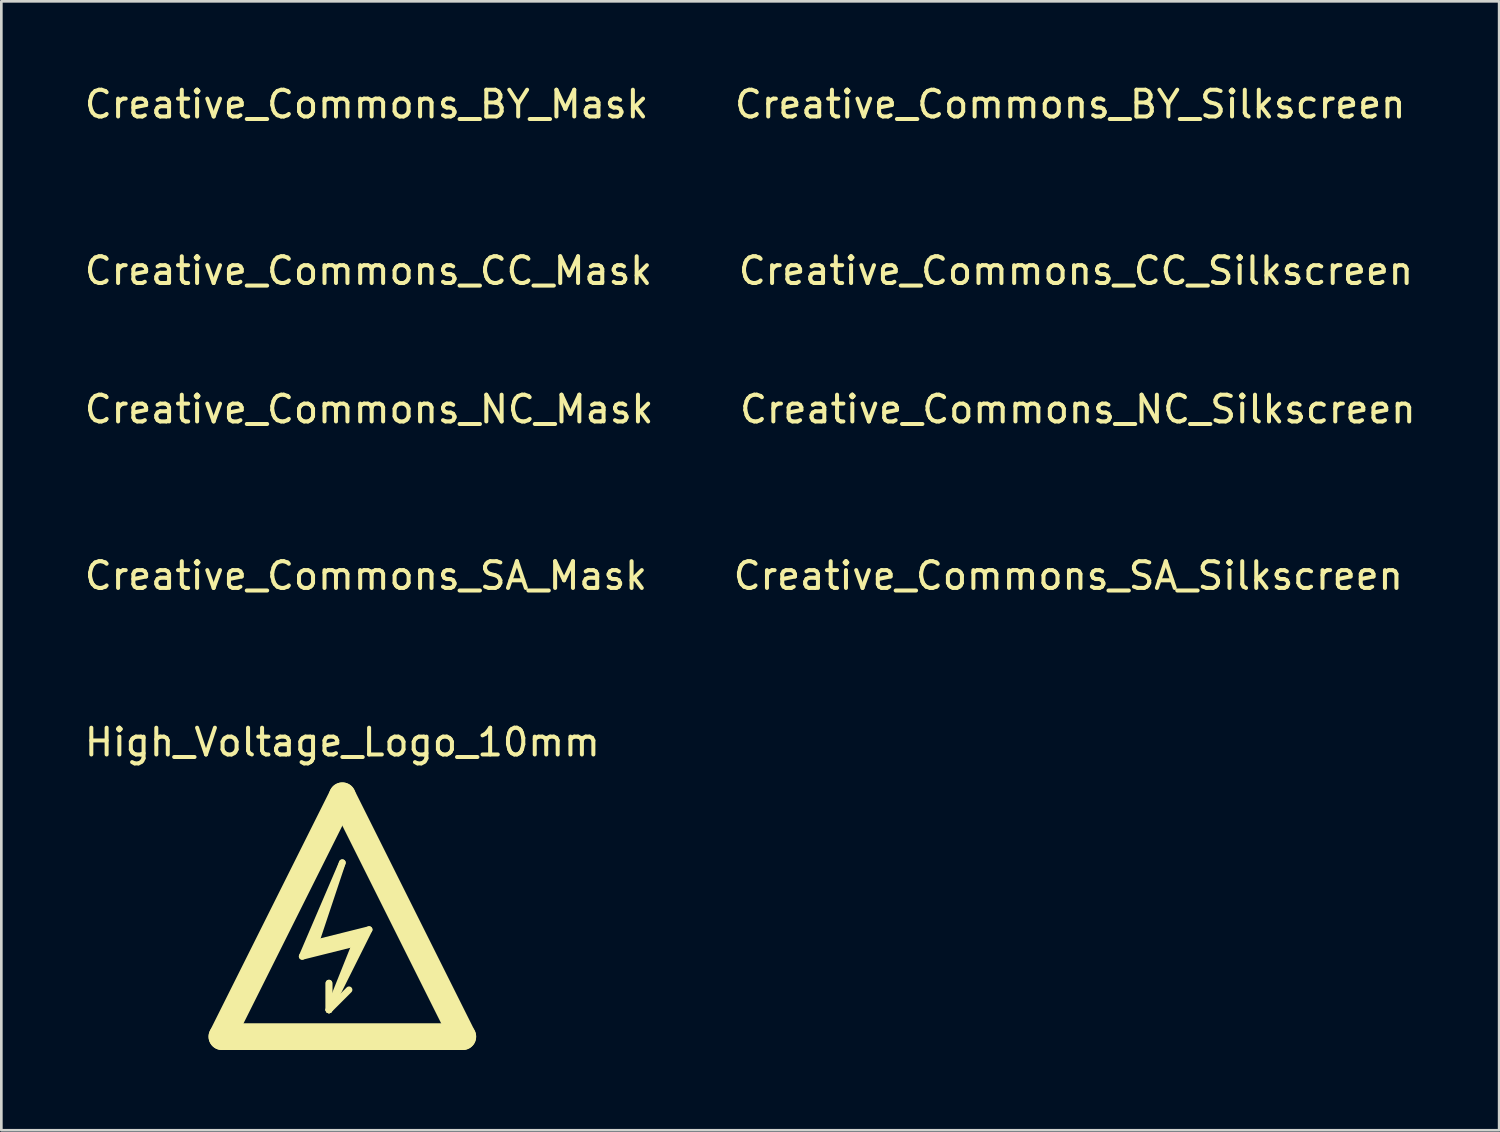
<source format=kicad_pcb>
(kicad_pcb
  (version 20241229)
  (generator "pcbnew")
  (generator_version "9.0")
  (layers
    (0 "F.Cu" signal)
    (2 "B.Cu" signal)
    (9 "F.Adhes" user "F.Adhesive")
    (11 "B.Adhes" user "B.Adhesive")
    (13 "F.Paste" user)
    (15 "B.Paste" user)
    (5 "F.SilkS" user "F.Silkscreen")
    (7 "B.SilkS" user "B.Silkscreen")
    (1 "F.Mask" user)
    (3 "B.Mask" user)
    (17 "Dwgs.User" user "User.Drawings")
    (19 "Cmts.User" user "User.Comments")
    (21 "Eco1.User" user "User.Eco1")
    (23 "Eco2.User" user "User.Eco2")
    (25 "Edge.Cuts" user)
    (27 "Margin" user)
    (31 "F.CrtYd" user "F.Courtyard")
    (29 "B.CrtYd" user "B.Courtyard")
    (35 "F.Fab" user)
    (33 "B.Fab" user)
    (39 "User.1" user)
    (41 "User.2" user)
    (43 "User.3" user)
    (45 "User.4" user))
  (footprint "Creative_Commons_BY_Silkscreen"
    (layer "F.Cu")
    (at 36.946 2.398)
    (property "Reference" "Creative_Commons_BY_Silkscreen" (at 0 -1.55 0) (unlocked yes) (layer "F.SilkS") (effects (font (size 1 1) (thickness 0.15))))
    (attr exclude_from_pos_files exclude_from_bom)
    (fp_circle (center 0 -0.425) (end 0.025 -0.425) (stroke (width 0.15) (type solid)) (fill no) (layer "F.Mask"))
    (fp_circle (center 0 0) (end 0.75 0) (stroke (width 0.15) (type solid)) (fill no) (layer "F.Mask"))
    (fp_poly (pts (xy 0.2 -0.225) (xy 0.2 0.175) (xy 0.1 0.175) (xy 0.1 0.525) (xy -0.1 0.525) (xy -0.1 0.175) (xy -0.2 0.175) (xy -0.2 -0.225) (xy -0.15 -0.275) (xy 0.15 -0.275)) (stroke (width 0) (type solid)) (fill yes) (layer "F.Mask")))
  (footprint "High_Voltage_Logo_10mm"
    (layer "F.Cu")
    (at 9.744 31.191)
    (property "Reference" "High_Voltage_Logo_10mm" (at 0 -6.5 0) (layer "F.SilkS") (effects (font (size 1 1) (thickness 0.15))))
    (attr through_hole)
    (fp_line (start -4.5 4.5) (end 0 -4.5) (stroke (width 1) (type solid)) (layer "F.SilkS"))
    (fp_line (start -4.5 4.5) (end 4.5 4.5) (stroke (width 1) (type solid)) (layer "F.SilkS"))
    (fp_line (start -1.5 1.5) (end 0.5 1) (stroke (width 0.25) (type solid)) (layer "F.SilkS"))
    (fp_line (start -1.25 1.25) (end 0.75 0.75) (stroke (width 0.25) (type solid)) (layer "F.SilkS"))
    (fp_line (start -1 1) (end 0 -2) (stroke (width 0.25) (type solid)) (layer "F.SilkS"))
    (fp_line (start -0.75 0) (end -1.25 1.25) (stroke (width 0.25) (type solid)) (layer "F.SilkS"))
    (fp_line (start -0.5 2.5) (end -0.5 3.5) (stroke (width 0.25) (type solid)) (layer "F.SilkS"))
    (fp_line (start -0.5 3.5) (end -0.5 2.5) (stroke (width 0.25) (type solid)) (layer "F.SilkS"))
    (fp_line (start -0.5 3.5) (end 0.25 2.75) (stroke (width 0.25) (type solid)) (layer "F.SilkS"))
    (fp_line (start -0.5 3.5) (end 1 0.5) (stroke (width 0.25) (type solid)) (layer "F.SilkS"))
    (fp_line (start 0 -4.5) (end 4.5 4.5) (stroke (width 1) (type solid)) (layer "F.SilkS"))
    (fp_line (start 0 -2) (end -1.5 1.5) (stroke (width 0.25) (type solid)) (layer "F.SilkS"))
    (fp_line (start 0.5 1) (end -0.5 3.5) (stroke (width 0.25) (type solid)) (layer "F.SilkS"))
    (fp_line (start 0.75 0.75) (end 0.5 1.25) (stroke (width 0.25) (type solid)) (layer "F.SilkS"))
    (fp_line (start 1 0.5) (end -1 1) (stroke (width 0.25) (type solid)) (layer "F.SilkS")))
  (footprint "Creative_Commons_NC_Silkscreen"
    (layer "F.Cu")
    (at 37.232 13.795)
    (property "Reference" "Creative_Commons_NC_Silkscreen" (at 0 -1.55 0) (unlocked yes) (layer "F.SilkS") (effects (font (size 1 1) (thickness 0.15))))
    (attr exclude_from_pos_files exclude_from_bom)
    (fp_line (start -0.675 -0.3) (end 0 0) (stroke (width 0.15) (type solid)) (layer "F.Mask"))
    (fp_line (start -0.075 0.425) (end -0.225 0.375) (stroke (width 0.15) (type solid)) (layer "F.Mask"))
    (fp_line (start 0 -0.5) (end 0 0.5) (stroke (width 0.15) (type solid)) (layer "F.Mask"))
    (fp_line (start 0 0) (end 0.675 0.3) (stroke (width 0.15) (type solid)) (layer "F.Mask"))
    (fp_line (start 0.075 -0.425) (end 0.225 -0.375) (stroke (width 0.15) (type solid)) (layer "F.Mask"))
    (fp_arc (start -0.1 -0.05) (mid -0.195516 -0.323006) (end 0.075164 -0.424928) (stroke (width 0.15) (type solid)) (layer "F.Mask"))
    (fp_arc (start 0.1 0.05) (mid 0.195516 0.323006) (end -0.075164 0.424928) (stroke (width 0.15) (type solid)) (layer "F.Mask"))
    (fp_circle (center 0 0) (end 0.75 0) (stroke (width 0.15) (type solid)) (fill no) (layer "F.Mask")))
  (footprint "Creative_Commons_CC_Silkscreen"
    (layer "F.Cu")
    (at 37.161 7.572)
    (property "Reference" "Creative_Commons_CC_Silkscreen" (at 0 -0.5 0) (unlocked yes) (layer "F.SilkS") (effects (font (size 1 1) (thickness 0.15))))
    (attr exclude_from_pos_files exclude_from_bom)
    (fp_circle (center 0 0) (end 0.75 0) (stroke (width 0.15) (type solid)) (fill no) (layer "F.Mask"))
    (fp_text user "C" (at 0.25 0 0) (unlocked yes) (layer "F.Mask") (effects (font (size 0.6 0.6) (thickness 0.15))))
    (fp_text user "C" (at -0.3 0 0) (unlocked yes) (layer "F.Mask") (effects (font (size 0.6 0.6) (thickness 0.15)))))
  (footprint "Creative_Commons_SA_Mask"
    (layer "F.Cu")
    (at 10.625 20.018)
    (property "Reference" "Creative_Commons_SA_Mask" (at 0 -1.55 0) (unlocked yes) (layer "F.SilkS") (effects (font (size 1 1) (thickness 0.15))))
    (attr exclude_from_pos_files exclude_from_bom)
    (fp_line (start 0.35 0.15) (end 0.35 -0.15) (stroke (width 0.15) (type solid)) (layer "F.Mask"))
    (fp_arc (start -0.35 -0.15) (mid 0 -0.5) (end 0.35 -0.15) (stroke (width 0.15) (type solid)) (layer "F.Mask"))
    (fp_arc (start 0.35 0.15) (mid 0 0.5) (end -0.35 0.15) (stroke (width 0.15) (type solid)) (layer "F.Mask"))
    (fp_circle (center 0 0) (end 0.75 0) (stroke (width 0.15) (type solid)) (fill no) (layer "F.Mask"))
    (fp_poly (pts (xy -0.35 0.025) (xy -0.5 -0.2) (xy -0.2 -0.2)) (stroke (width 0) (type solid)) (fill yes) (layer "F.Mask"))
    (fp_poly (pts (xy -0.275 0.15) (xy -0.425 0.15) (xy -0.425 0.075) (xy -0.275 0.075)) (stroke (width 0) (type solid)) (fill yes) (layer "F.Mask")))
  (footprint "Creative_Commons_CC_Mask"
    (layer "F.Cu")
    (at 10.72 7.572)
    (property "Reference" "Creative_Commons_CC_Mask" (at 0 -0.5 0) (unlocked yes) (layer "F.SilkS") (effects (font (size 1 1) (thickness 0.15))))
    (attr exclude_from_pos_files exclude_from_bom)
    (fp_circle (center 0 0) (end 0.75 0) (stroke (width 0.15) (type solid)) (fill no) (layer "F.Mask"))
    (fp_text user "C" (at 0.25 0 0) (unlocked yes) (layer "F.Mask") (effects (font (size 0.6 0.6) (thickness 0.15))))
    (fp_text user "C" (at -0.3 0 0) (unlocked yes) (layer "F.Mask") (effects (font (size 0.6 0.6) (thickness 0.15)))))
  (footprint "Creative_Commons_SA_Silkscreen"
    (layer "F.Cu")
    (at 36.875 20.018)
    (property "Reference" "Creative_Commons_SA_Silkscreen" (at 0 -1.55 0) (unlocked yes) (layer "F.SilkS") (effects (font (size 1 1) (thickness 0.15))))
    (attr exclude_from_pos_files exclude_from_bom)
    (fp_line (start 0.35 0.15) (end 0.35 -0.15) (stroke (width 0.15) (type solid)) (layer "F.Mask"))
    (fp_arc (start -0.35 -0.15) (mid 0 -0.5) (end 0.35 -0.15) (stroke (width 0.15) (type solid)) (layer "F.Mask"))
    (fp_arc (start 0.35 0.15) (mid 0 0.5) (end -0.35 0.15) (stroke (width 0.15) (type solid)) (layer "F.Mask"))
    (fp_circle (center 0 0) (end 0.75 0) (stroke (width 0.15) (type solid)) (fill no) (layer "F.Mask"))
    (fp_poly (pts (xy -0.35 0.025) (xy -0.5 -0.2) (xy -0.2 -0.2)) (stroke (width 0) (type solid)) (fill yes) (layer "F.Mask"))
    (fp_poly (pts (xy -0.275 0.15) (xy -0.425 0.15) (xy -0.425 0.075) (xy -0.275 0.075)) (stroke (width 0) (type solid)) (fill yes) (layer "F.Mask")))
  (footprint "Creative_Commons_NC_Mask"
    (layer "F.Cu")
    (at 10.744 13.795)
    (property "Reference" "Creative_Commons_NC_Mask" (at 0 -1.55 0) (unlocked yes) (layer "F.SilkS") (effects (font (size 1 1) (thickness 0.15))))
    (attr exclude_from_pos_files exclude_from_bom)
    (fp_line (start -0.675 -0.3) (end 0 0) (stroke (width 0.15) (type solid)) (layer "F.Mask"))
    (fp_line (start -0.075 0.425) (end -0.225 0.375) (stroke (width 0.15) (type solid)) (layer "F.Mask"))
    (fp_line (start 0 -0.5) (end 0 0.5) (stroke (width 0.15) (type solid)) (layer "F.Mask"))
    (fp_line (start 0 0) (end 0.675 0.3) (stroke (width 0.15) (type solid)) (layer "F.Mask"))
    (fp_line (start 0.075 -0.425) (end 0.225 -0.375) (stroke (width 0.15) (type solid)) (layer "F.Mask"))
    (fp_arc (start -0.1 -0.05) (mid -0.195516 -0.323006) (end 0.075164 -0.424928) (stroke (width 0.15) (type solid)) (layer "F.Mask"))
    (fp_arc (start 0.1 0.05) (mid 0.195516 0.323006) (end -0.075164 0.424928) (stroke (width 0.15) (type solid)) (layer "F.Mask"))
    (fp_circle (center 0 0) (end 0.75 0) (stroke (width 0.15) (type solid)) (fill no) (layer "F.Mask")))
  (footprint "Creative_Commons_BY_Mask"
    (layer "F.Cu")
    (at 10.649 2.398)
    (property "Reference" "Creative_Commons_BY_Mask" (at 0 -1.55 0) (unlocked yes) (layer "F.SilkS") (effects (font (size 1 1) (thickness 0.15))))
    (attr exclude_from_pos_files exclude_from_bom)
    (fp_circle (center 0 -0.425) (end 0.025 -0.425) (stroke (width 0.15) (type solid)) (fill no) (layer "F.Mask"))
    (fp_circle (center 0 0) (end 0.75 0) (stroke (width 0.15) (type solid)) (fill no) (layer "F.Mask"))
    (fp_poly (pts (xy 0.2 -0.225) (xy 0.2 0.175) (xy 0.1 0.175) (xy 0.1 0.525) (xy -0.1 0.525) (xy -0.1 0.175) (xy -0.2 0.175) (xy -0.2 -0.225) (xy -0.15 -0.275) (xy 0.15 -0.275)) (stroke (width 0) (type solid)) (fill yes) (layer "F.Mask")))
  (gr_rect
    (start -3 -3)
    (end 52.976 39.191)
    (stroke (width 0.1) (type default))
    (fill no)
    (layer "Edge.Cuts")))
</source>
